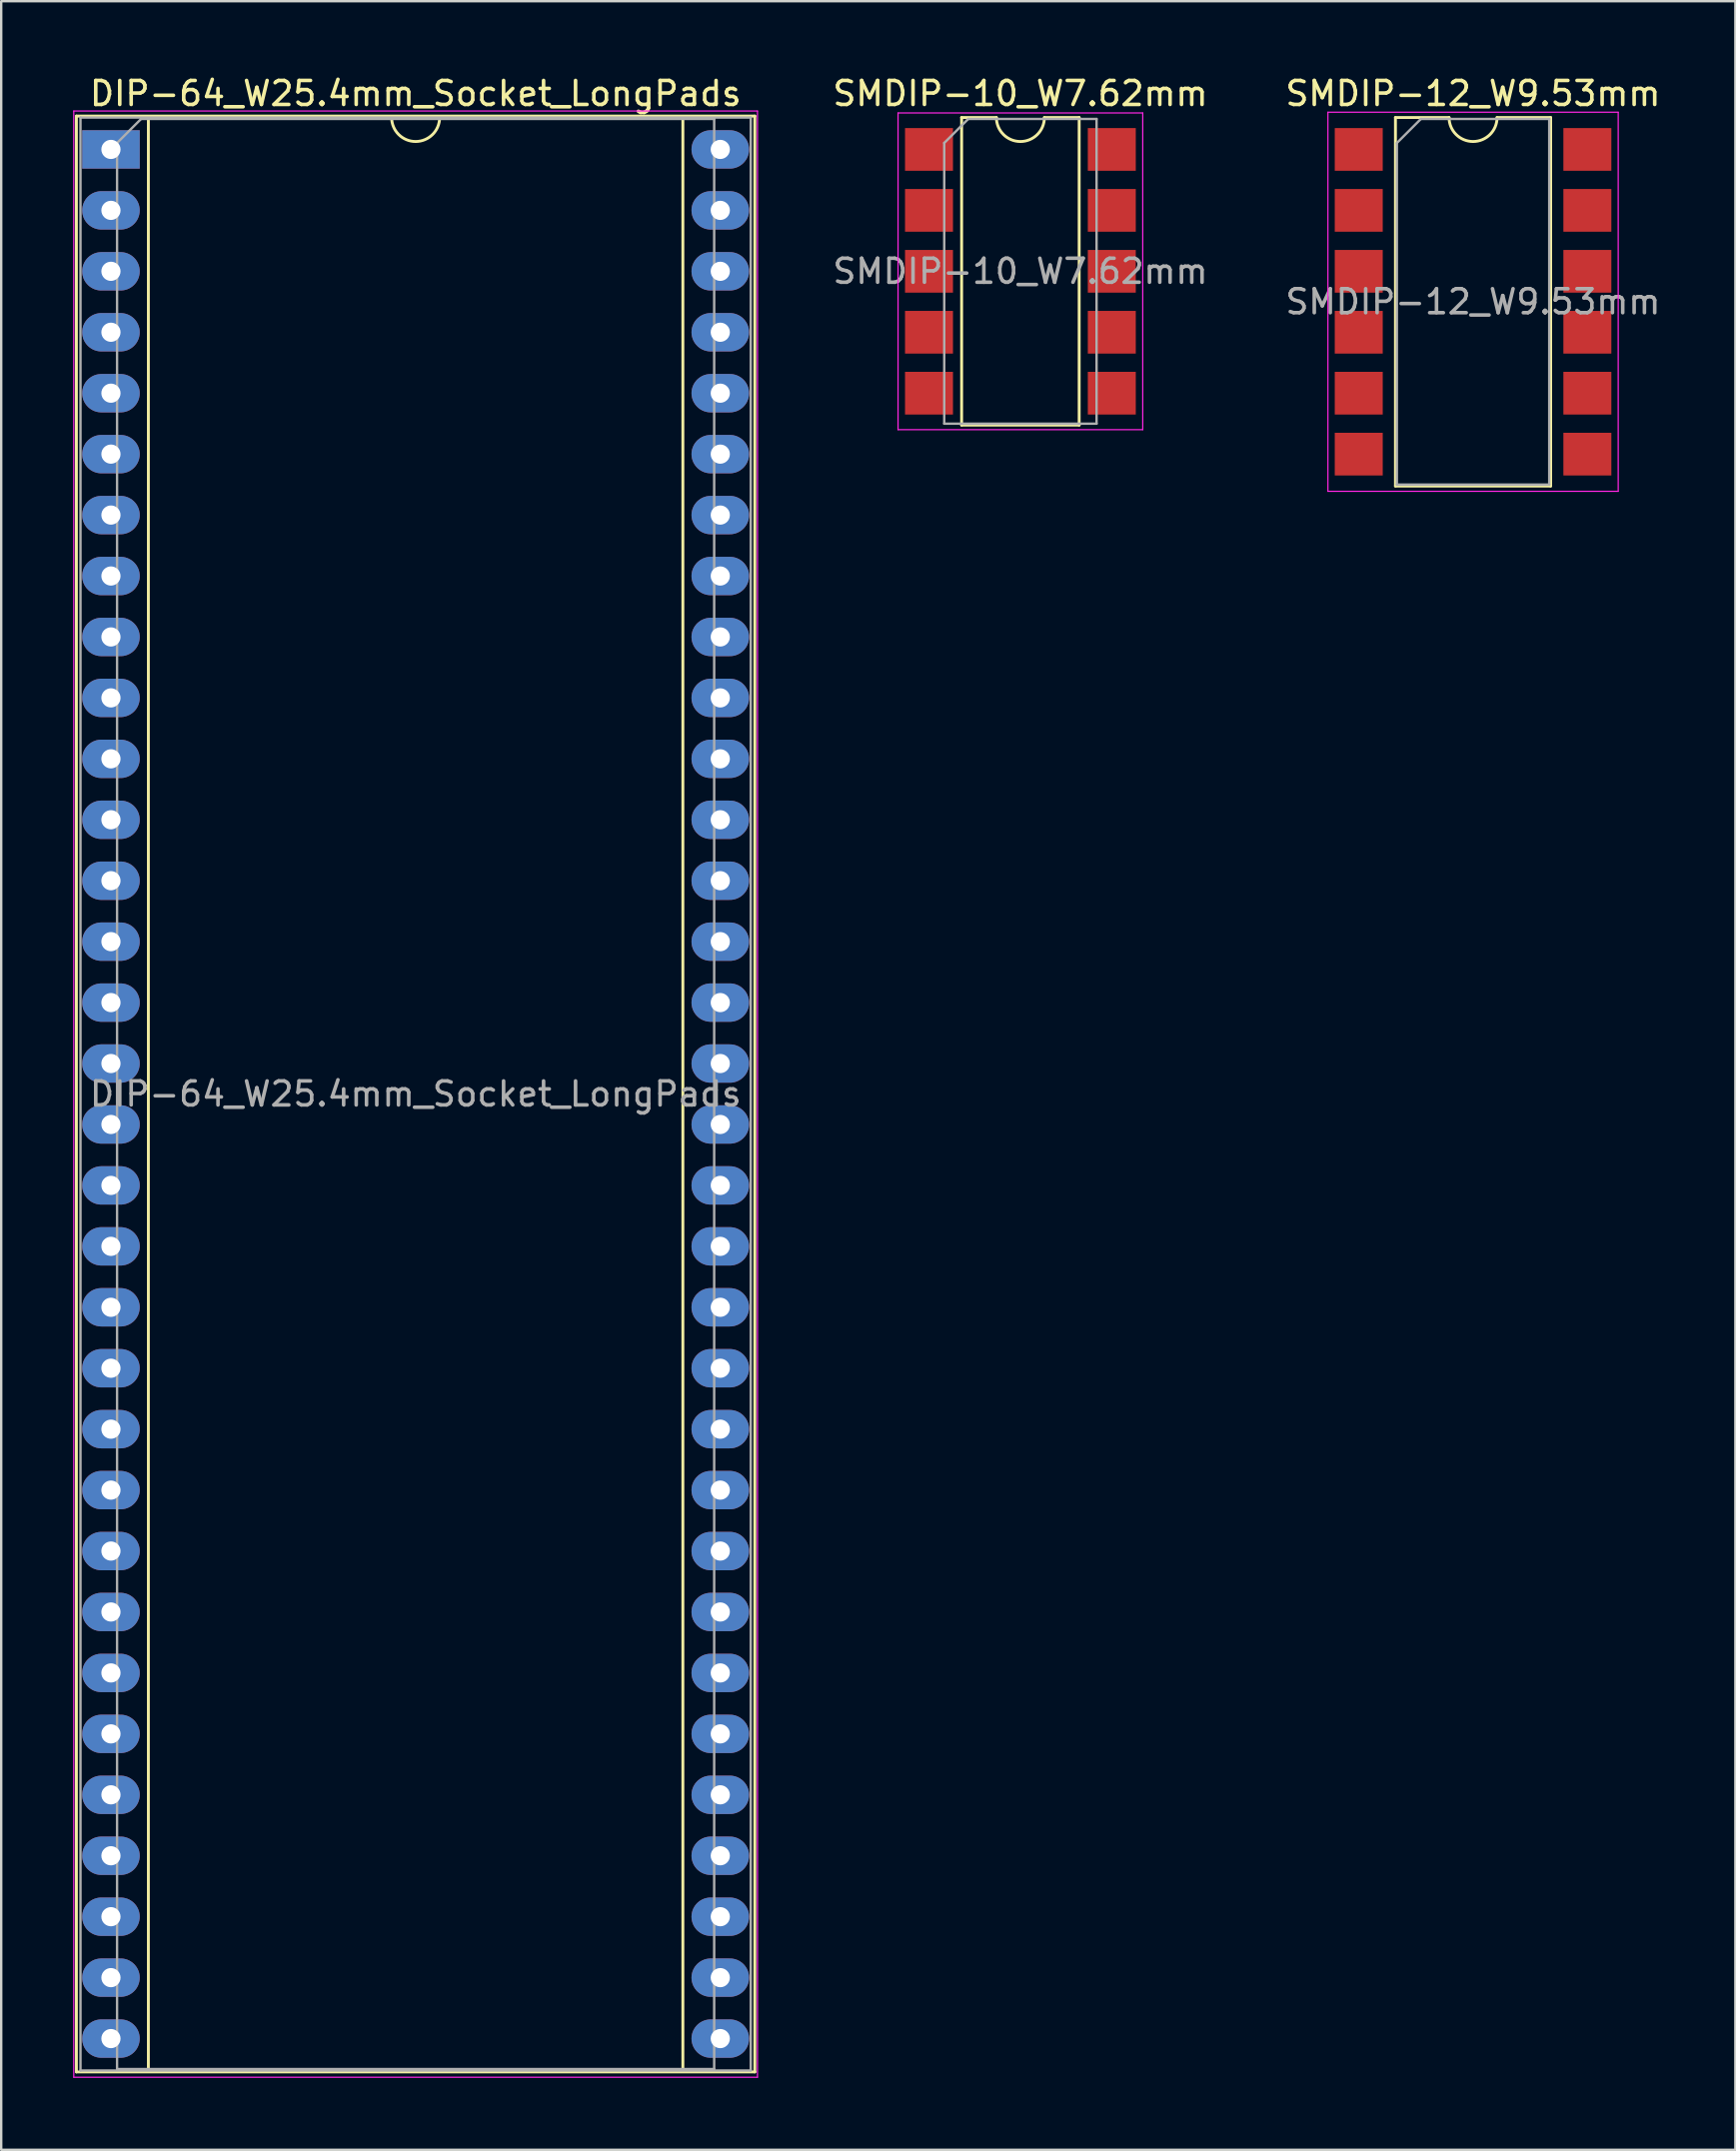
<source format=kicad_pcb>
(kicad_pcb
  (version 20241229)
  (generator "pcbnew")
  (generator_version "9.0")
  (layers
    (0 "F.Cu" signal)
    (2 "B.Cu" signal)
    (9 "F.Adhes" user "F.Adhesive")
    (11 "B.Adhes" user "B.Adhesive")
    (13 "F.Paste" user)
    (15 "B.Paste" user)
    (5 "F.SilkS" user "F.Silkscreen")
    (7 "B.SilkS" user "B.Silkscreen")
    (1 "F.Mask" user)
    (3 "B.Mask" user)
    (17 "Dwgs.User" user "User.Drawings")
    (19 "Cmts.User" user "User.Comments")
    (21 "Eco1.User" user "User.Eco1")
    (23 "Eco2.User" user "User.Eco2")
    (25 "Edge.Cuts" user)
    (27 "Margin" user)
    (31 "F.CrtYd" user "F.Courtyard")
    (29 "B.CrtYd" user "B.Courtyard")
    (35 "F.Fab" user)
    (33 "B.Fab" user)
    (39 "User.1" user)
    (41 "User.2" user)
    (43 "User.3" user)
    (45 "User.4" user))
  (footprint "DIP-64_W25.4mm_Socket_LongPads"
    (layer "F.Cu")
    (at 1.575 3.178)
    (property "Reference" "DIP-64_W25.4mm_Socket_LongPads" (at 12.7 -2.33 0) (layer "F.SilkS") (effects (font (size 1 1) (thickness 0.15))))
    (attr through_hole)
    (fp_line (start -1.44 -1.39) (end -1.44 80.13) (stroke (width 0.12) (type solid)) (layer "F.SilkS"))
    (fp_line (start -1.44 80.13) (end 26.84 80.13) (stroke (width 0.12) (type solid)) (layer "F.SilkS"))
    (fp_line (start 1.56 -1.33) (end 1.56 80.07) (stroke (width 0.12) (type solid)) (layer "F.SilkS"))
    (fp_line (start 1.56 80.07) (end 23.84 80.07) (stroke (width 0.12) (type solid)) (layer "F.SilkS"))
    (fp_line (start 11.7 -1.33) (end 1.56 -1.33) (stroke (width 0.12) (type solid)) (layer "F.SilkS"))
    (fp_line (start 23.84 -1.33) (end 13.7 -1.33) (stroke (width 0.12) (type solid)) (layer "F.SilkS"))
    (fp_line (start 23.84 80.07) (end 23.84 -1.33) (stroke (width 0.12) (type solid)) (layer "F.SilkS"))
    (fp_line (start 26.84 -1.39) (end -1.44 -1.39) (stroke (width 0.12) (type solid)) (layer "F.SilkS"))
    (fp_line (start 26.84 80.13) (end 26.84 -1.39) (stroke (width 0.12) (type solid)) (layer "F.SilkS"))
    (fp_arc (start 13.7 -1.33) (mid 12.7 -0.33) (end 11.7 -1.33) (stroke (width 0.12) (type solid)) (layer "F.SilkS"))
    (fp_line (start -1.55 -1.6) (end -1.55 80.35) (stroke (width 0.05) (type solid)) (layer "F.CrtYd"))
    (fp_line (start -1.55 80.35) (end 26.95 80.35) (stroke (width 0.05) (type solid)) (layer "F.CrtYd"))
    (fp_line (start 26.95 -1.6) (end -1.55 -1.6) (stroke (width 0.05) (type solid)) (layer "F.CrtYd"))
    (fp_line (start 26.95 80.35) (end 26.95 -1.6) (stroke (width 0.05) (type solid)) (layer "F.CrtYd"))
    (fp_line (start -1.27 -1.33) (end -1.27 80.07) (stroke (width 0.1) (type solid)) (layer "F.Fab"))
    (fp_line (start -1.27 80.07) (end 26.67 80.07) (stroke (width 0.1) (type solid)) (layer "F.Fab"))
    (fp_line (start 0.255 -0.27) (end 1.255 -1.27) (stroke (width 0.1) (type solid)) (layer "F.Fab"))
    (fp_line (start 0.255 80.01) (end 0.255 -0.27) (stroke (width 0.1) (type solid)) (layer "F.Fab"))
    (fp_line (start 1.255 -1.27) (end 25.145 -1.27) (stroke (width 0.1) (type solid)) (layer "F.Fab"))
    (fp_line (start 25.145 -1.27) (end 25.145 80.01) (stroke (width 0.1) (type solid)) (layer "F.Fab"))
    (fp_line (start 25.145 80.01) (end 0.255 80.01) (stroke (width 0.1) (type solid)) (layer "F.Fab"))
    (fp_line (start 26.67 -1.33) (end -1.27 -1.33) (stroke (width 0.1) (type solid)) (layer "F.Fab"))
    (fp_line (start 26.67 80.07) (end 26.67 -1.33) (stroke (width 0.1) (type solid)) (layer "F.Fab"))
    (fp_text user "${REFERENCE}" (at 12.7 39.37 0) (layer "F.Fab") (effects (font (size 1 1) (thickness 0.15))))
    (pad "1" thru_hole rect (at 0 0) (size 2.4 1.6) (drill 0.8) (layers "*.Cu" "*.Mask"))
    (pad "2" thru_hole oval (at 0 2.54) (size 2.4 1.6) (drill 0.8) (layers "*.Cu" "*.Mask"))
    (pad "3" thru_hole oval (at 0 5.08) (size 2.4 1.6) (drill 0.8) (layers "*.Cu" "*.Mask"))
    (pad "4" thru_hole oval (at 0 7.62) (size 2.4 1.6) (drill 0.8) (layers "*.Cu" "*.Mask"))
    (pad "5" thru_hole oval (at 0 10.16) (size 2.4 1.6) (drill 0.8) (layers "*.Cu" "*.Mask"))
    (pad "6" thru_hole oval (at 0 12.7) (size 2.4 1.6) (drill 0.8) (layers "*.Cu" "*.Mask"))
    (pad "7" thru_hole oval (at 0 15.24) (size 2.4 1.6) (drill 0.8) (layers "*.Cu" "*.Mask"))
    (pad "8" thru_hole oval (at 0 17.78) (size 2.4 1.6) (drill 0.8) (layers "*.Cu" "*.Mask"))
    (pad "9" thru_hole oval (at 0 20.32) (size 2.4 1.6) (drill 0.8) (layers "*.Cu" "*.Mask"))
    (pad "10" thru_hole oval (at 0 22.86) (size 2.4 1.6) (drill 0.8) (layers "*.Cu" "*.Mask"))
    (pad "11" thru_hole oval (at 0 25.4) (size 2.4 1.6) (drill 0.8) (layers "*.Cu" "*.Mask"))
    (pad "12" thru_hole oval (at 0 27.94) (size 2.4 1.6) (drill 0.8) (layers "*.Cu" "*.Mask"))
    (pad "13" thru_hole oval (at 0 30.48) (size 2.4 1.6) (drill 0.8) (layers "*.Cu" "*.Mask"))
    (pad "14" thru_hole oval (at 0 33.02) (size 2.4 1.6) (drill 0.8) (layers "*.Cu" "*.Mask"))
    (pad "15" thru_hole oval (at 0 35.56) (size 2.4 1.6) (drill 0.8) (layers "*.Cu" "*.Mask"))
    (pad "16" thru_hole oval (at 0 38.1) (size 2.4 1.6) (drill 0.8) (layers "*.Cu" "*.Mask"))
    (pad "17" thru_hole oval (at 0 40.64) (size 2.4 1.6) (drill 0.8) (layers "*.Cu" "*.Mask"))
    (pad "18" thru_hole oval (at 0 43.18) (size 2.4 1.6) (drill 0.8) (layers "*.Cu" "*.Mask"))
    (pad "19" thru_hole oval (at 0 45.72) (size 2.4 1.6) (drill 0.8) (layers "*.Cu" "*.Mask"))
    (pad "20" thru_hole oval (at 0 48.26) (size 2.4 1.6) (drill 0.8) (layers "*.Cu" "*.Mask"))
    (pad "21" thru_hole oval (at 0 50.8) (size 2.4 1.6) (drill 0.8) (layers "*.Cu" "*.Mask"))
    (pad "22" thru_hole oval (at 0 53.34) (size 2.4 1.6) (drill 0.8) (layers "*.Cu" "*.Mask"))
    (pad "23" thru_hole oval (at 0 55.88) (size 2.4 1.6) (drill 0.8) (layers "*.Cu" "*.Mask"))
    (pad "24" thru_hole oval (at 0 58.42) (size 2.4 1.6) (drill 0.8) (layers "*.Cu" "*.Mask"))
    (pad "25" thru_hole oval (at 0 60.96) (size 2.4 1.6) (drill 0.8) (layers "*.Cu" "*.Mask"))
    (pad "26" thru_hole oval (at 0 63.5) (size 2.4 1.6) (drill 0.8) (layers "*.Cu" "*.Mask"))
    (pad "27" thru_hole oval (at 0 66.04) (size 2.4 1.6) (drill 0.8) (layers "*.Cu" "*.Mask"))
    (pad "28" thru_hole oval (at 0 68.58) (size 2.4 1.6) (drill 0.8) (layers "*.Cu" "*.Mask"))
    (pad "29" thru_hole oval (at 0 71.12) (size 2.4 1.6) (drill 0.8) (layers "*.Cu" "*.Mask"))
    (pad "30" thru_hole oval (at 0 73.66) (size 2.4 1.6) (drill 0.8) (layers "*.Cu" "*.Mask"))
    (pad "31" thru_hole oval (at 0 76.2) (size 2.4 1.6) (drill 0.8) (layers "*.Cu" "*.Mask"))
    (pad "32" thru_hole oval (at 0 78.74) (size 2.4 1.6) (drill 0.8) (layers "*.Cu" "*.Mask"))
    (pad "33" thru_hole oval (at 25.4 78.74) (size 2.4 1.6) (drill 0.8) (layers "*.Cu" "*.Mask"))
    (pad "34" thru_hole oval (at 25.4 76.2) (size 2.4 1.6) (drill 0.8) (layers "*.Cu" "*.Mask"))
    (pad "35" thru_hole oval (at 25.4 73.66) (size 2.4 1.6) (drill 0.8) (layers "*.Cu" "*.Mask"))
    (pad "36" thru_hole oval (at 25.4 71.12) (size 2.4 1.6) (drill 0.8) (layers "*.Cu" "*.Mask"))
    (pad "37" thru_hole oval (at 25.4 68.58) (size 2.4 1.6) (drill 0.8) (layers "*.Cu" "*.Mask"))
    (pad "38" thru_hole oval (at 25.4 66.04) (size 2.4 1.6) (drill 0.8) (layers "*.Cu" "*.Mask"))
    (pad "39" thru_hole oval (at 25.4 63.5) (size 2.4 1.6) (drill 0.8) (layers "*.Cu" "*.Mask"))
    (pad "40" thru_hole oval (at 25.4 60.96) (size 2.4 1.6) (drill 0.8) (layers "*.Cu" "*.Mask"))
    (pad "41" thru_hole oval (at 25.4 58.42) (size 2.4 1.6) (drill 0.8) (layers "*.Cu" "*.Mask"))
    (pad "42" thru_hole oval (at 25.4 55.88) (size 2.4 1.6) (drill 0.8) (layers "*.Cu" "*.Mask"))
    (pad "43" thru_hole oval (at 25.4 53.34) (size 2.4 1.6) (drill 0.8) (layers "*.Cu" "*.Mask"))
    (pad "44" thru_hole oval (at 25.4 50.8) (size 2.4 1.6) (drill 0.8) (layers "*.Cu" "*.Mask"))
    (pad "45" thru_hole oval (at 25.4 48.26) (size 2.4 1.6) (drill 0.8) (layers "*.Cu" "*.Mask"))
    (pad "46" thru_hole oval (at 25.4 45.72) (size 2.4 1.6) (drill 0.8) (layers "*.Cu" "*.Mask"))
    (pad "47" thru_hole oval (at 25.4 43.18) (size 2.4 1.6) (drill 0.8) (layers "*.Cu" "*.Mask"))
    (pad "48" thru_hole oval (at 25.4 40.64) (size 2.4 1.6) (drill 0.8) (layers "*.Cu" "*.Mask"))
    (pad "49" thru_hole oval (at 25.4 38.1) (size 2.4 1.6) (drill 0.8) (layers "*.Cu" "*.Mask"))
    (pad "50" thru_hole oval (at 25.4 35.56) (size 2.4 1.6) (drill 0.8) (layers "*.Cu" "*.Mask"))
    (pad "51" thru_hole oval (at 25.4 33.02) (size 2.4 1.6) (drill 0.8) (layers "*.Cu" "*.Mask"))
    (pad "52" thru_hole oval (at 25.4 30.48) (size 2.4 1.6) (drill 0.8) (layers "*.Cu" "*.Mask"))
    (pad "53" thru_hole oval (at 25.4 27.94) (size 2.4 1.6) (drill 0.8) (layers "*.Cu" "*.Mask"))
    (pad "54" thru_hole oval (at 25.4 25.4) (size 2.4 1.6) (drill 0.8) (layers "*.Cu" "*.Mask"))
    (pad "55" thru_hole oval (at 25.4 22.86) (size 2.4 1.6) (drill 0.8) (layers "*.Cu" "*.Mask"))
    (pad "56" thru_hole oval (at 25.4 20.32) (size 2.4 1.6) (drill 0.8) (layers "*.Cu" "*.Mask"))
    (pad "57" thru_hole oval (at 25.4 17.78) (size 2.4 1.6) (drill 0.8) (layers "*.Cu" "*.Mask"))
    (pad "58" thru_hole oval (at 25.4 15.24) (size 2.4 1.6) (drill 0.8) (layers "*.Cu" "*.Mask"))
    (pad "59" thru_hole oval (at 25.4 12.7) (size 2.4 1.6) (drill 0.8) (layers "*.Cu" "*.Mask"))
    (pad "60" thru_hole oval (at 25.4 10.16) (size 2.4 1.6) (drill 0.8) (layers "*.Cu" "*.Mask"))
    (pad "61" thru_hole oval (at 25.4 7.62) (size 2.4 1.6) (drill 0.8) (layers "*.Cu" "*.Mask"))
    (pad "62" thru_hole oval (at 25.4 5.08) (size 2.4 1.6) (drill 0.8) (layers "*.Cu" "*.Mask"))
    (pad "63" thru_hole oval (at 25.4 2.54) (size 2.4 1.6) (drill 0.8) (layers "*.Cu" "*.Mask"))
    (pad "64" thru_hole oval (at 25.4 0) (size 2.4 1.6) (drill 0.8) (layers "*.Cu" "*.Mask")))
  (footprint "SMDIP-10_W7.62mm"
    (layer "F.Cu")
    (at 39.485 8.258)
    (property "Reference" "SMDIP-10_W7.62mm" (at 0 -7.41 0) (layer "F.SilkS") (effects (font (size 1 1) (thickness 0.15))))
    (attr smd)
    (fp_line (start -2.45 -6.41) (end -2.45 6.41) (stroke (width 0.12) (type solid)) (layer "F.SilkS"))
    (fp_line (start -2.45 6.41) (end 2.45 6.41) (stroke (width 0.12) (type solid)) (layer "F.SilkS"))
    (fp_line (start -1 -6.41) (end -2.45 -6.41) (stroke (width 0.12) (type solid)) (layer "F.SilkS"))
    (fp_line (start 2.45 -6.41) (end 1 -6.41) (stroke (width 0.12) (type solid)) (layer "F.SilkS"))
    (fp_line (start 2.45 6.41) (end 2.45 -6.41) (stroke (width 0.12) (type solid)) (layer "F.SilkS"))
    (fp_arc (start 1 -6.41) (mid 0 -5.41) (end -1 -6.41) (stroke (width 0.12) (type solid)) (layer "F.SilkS"))
    (fp_line (start -5.1 -6.6) (end -5.1 6.6) (stroke (width 0.05) (type solid)) (layer "F.CrtYd"))
    (fp_line (start -5.1 6.6) (end 5.1 6.6) (stroke (width 0.05) (type solid)) (layer "F.CrtYd"))
    (fp_line (start 5.1 -6.6) (end -5.1 -6.6) (stroke (width 0.05) (type solid)) (layer "F.CrtYd"))
    (fp_line (start 5.1 6.6) (end 5.1 -6.6) (stroke (width 0.05) (type solid)) (layer "F.CrtYd"))
    (fp_line (start -3.175 -5.35) (end -2.175 -6.35) (stroke (width 0.1) (type solid)) (layer "F.Fab"))
    (fp_line (start -3.175 6.35) (end -3.175 -5.35) (stroke (width 0.1) (type solid)) (layer "F.Fab"))
    (fp_line (start -2.175 -6.35) (end 3.175 -6.35) (stroke (width 0.1) (type solid)) (layer "F.Fab"))
    (fp_line (start 3.175 -6.35) (end 3.175 6.35) (stroke (width 0.1) (type solid)) (layer "F.Fab"))
    (fp_line (start 3.175 6.35) (end -3.175 6.35) (stroke (width 0.1) (type solid)) (layer "F.Fab"))
    (fp_text user "${REFERENCE}" (at 0 0 0) (layer "F.Fab") (effects (font (size 1 1) (thickness 0.15))))
    (pad "1" smd rect (at -3.81 -5.08) (size 2 1.78) (layers "F.Cu" "F.Mask" "F.Paste"))
    (pad "2" smd rect (at -3.81 -2.54) (size 2 1.78) (layers "F.Cu" "F.Mask" "F.Paste"))
    (pad "3" smd rect (at -3.81 0) (size 2 1.78) (layers "F.Cu" "F.Mask" "F.Paste"))
    (pad "4" smd rect (at -3.81 2.54) (size 2 1.78) (layers "F.Cu" "F.Mask" "F.Paste"))
    (pad "5" smd rect (at -3.81 5.08) (size 2 1.78) (layers "F.Cu" "F.Mask" "F.Paste"))
    (pad "6" smd rect (at 3.81 5.08) (size 2 1.78) (layers "F.Cu" "F.Mask" "F.Paste"))
    (pad "7" smd rect (at 3.81 2.54) (size 2 1.78) (layers "F.Cu" "F.Mask" "F.Paste"))
    (pad "8" smd rect (at 3.81 0) (size 2 1.78) (layers "F.Cu" "F.Mask" "F.Paste"))
    (pad "9" smd rect (at 3.81 -2.54) (size 2 1.78) (layers "F.Cu" "F.Mask" "F.Paste"))
    (pad "10" smd rect (at 3.81 -5.08) (size 2 1.78) (layers "F.Cu" "F.Mask" "F.Paste")))
  (footprint "SMDIP-12_W9.53mm"
    (layer "F.Cu")
    (at 58.354 9.528)
    (property "Reference" "SMDIP-12_W9.53mm" (at 0 -8.68 0) (layer "F.SilkS") (effects (font (size 1 1) (thickness 0.15))))
    (attr smd)
    (fp_line (start -3.235 -7.68) (end -3.235 7.68) (stroke (width 0.12) (type solid)) (layer "F.SilkS"))
    (fp_line (start -3.235 7.68) (end 3.235 7.68) (stroke (width 0.12) (type solid)) (layer "F.SilkS"))
    (fp_line (start -1 -7.68) (end -3.235 -7.68) (stroke (width 0.12) (type solid)) (layer "F.SilkS"))
    (fp_line (start 3.235 -7.68) (end 1 -7.68) (stroke (width 0.12) (type solid)) (layer "F.SilkS"))
    (fp_line (start 3.235 7.68) (end 3.235 -7.68) (stroke (width 0.12) (type solid)) (layer "F.SilkS"))
    (fp_arc (start 1 -7.68) (mid 0 -6.68) (end -1 -7.68) (stroke (width 0.12) (type solid)) (layer "F.SilkS"))
    (fp_line (start -6.05 -7.9) (end -6.05 7.9) (stroke (width 0.05) (type solid)) (layer "F.CrtYd"))
    (fp_line (start -6.05 7.9) (end 6.05 7.9) (stroke (width 0.05) (type solid)) (layer "F.CrtYd"))
    (fp_line (start 6.05 -7.9) (end -6.05 -7.9) (stroke (width 0.05) (type solid)) (layer "F.CrtYd"))
    (fp_line (start 6.05 7.9) (end 6.05 -7.9) (stroke (width 0.05) (type solid)) (layer "F.CrtYd"))
    (fp_line (start -3.175 -6.62) (end -2.175 -7.62) (stroke (width 0.1) (type solid)) (layer "F.Fab"))
    (fp_line (start -3.175 7.62) (end -3.175 -6.62) (stroke (width 0.1) (type solid)) (layer "F.Fab"))
    (fp_line (start -2.175 -7.62) (end 3.175 -7.62) (stroke (width 0.1) (type solid)) (layer "F.Fab"))
    (fp_line (start 3.175 -7.62) (end 3.175 7.62) (stroke (width 0.1) (type solid)) (layer "F.Fab"))
    (fp_line (start 3.175 7.62) (end -3.175 7.62) (stroke (width 0.1) (type solid)) (layer "F.Fab"))
    (fp_text user "${REFERENCE}" (at 0 0 0) (layer "F.Fab") (effects (font (size 1 1) (thickness 0.15))))
    (pad "1" smd rect (at -4.765 -6.35) (size 2 1.78) (layers "F.Cu" "F.Mask" "F.Paste"))
    (pad "2" smd rect (at -4.765 -3.81) (size 2 1.78) (layers "F.Cu" "F.Mask" "F.Paste"))
    (pad "3" smd rect (at -4.765 -1.27) (size 2 1.78) (layers "F.Cu" "F.Mask" "F.Paste"))
    (pad "4" smd rect (at -4.765 1.27) (size 2 1.78) (layers "F.Cu" "F.Mask" "F.Paste"))
    (pad "5" smd rect (at -4.765 3.81) (size 2 1.78) (layers "F.Cu" "F.Mask" "F.Paste"))
    (pad "6" smd rect (at -4.765 6.35) (size 2 1.78) (layers "F.Cu" "F.Mask" "F.Paste"))
    (pad "7" smd rect (at 4.765 6.35) (size 2 1.78) (layers "F.Cu" "F.Mask" "F.Paste"))
    (pad "8" smd rect (at 4.765 3.81) (size 2 1.78) (layers "F.Cu" "F.Mask" "F.Paste"))
    (pad "9" smd rect (at 4.765 1.27) (size 2 1.78) (layers "F.Cu" "F.Mask" "F.Paste"))
    (pad "10" smd rect (at 4.765 -1.27) (size 2 1.78) (layers "F.Cu" "F.Mask" "F.Paste"))
    (pad "11" smd rect (at 4.765 -3.81) (size 2 1.78) (layers "F.Cu" "F.Mask" "F.Paste"))
    (pad "12" smd rect (at 4.765 -6.35) (size 2 1.78) (layers "F.Cu" "F.Mask" "F.Paste")))
  (gr_rect
    (start -3 -3)
    (end 69.288 86.553)
    (stroke (width 0.1) (type default))
    (fill no)
    (layer "Edge.Cuts")))
</source>
